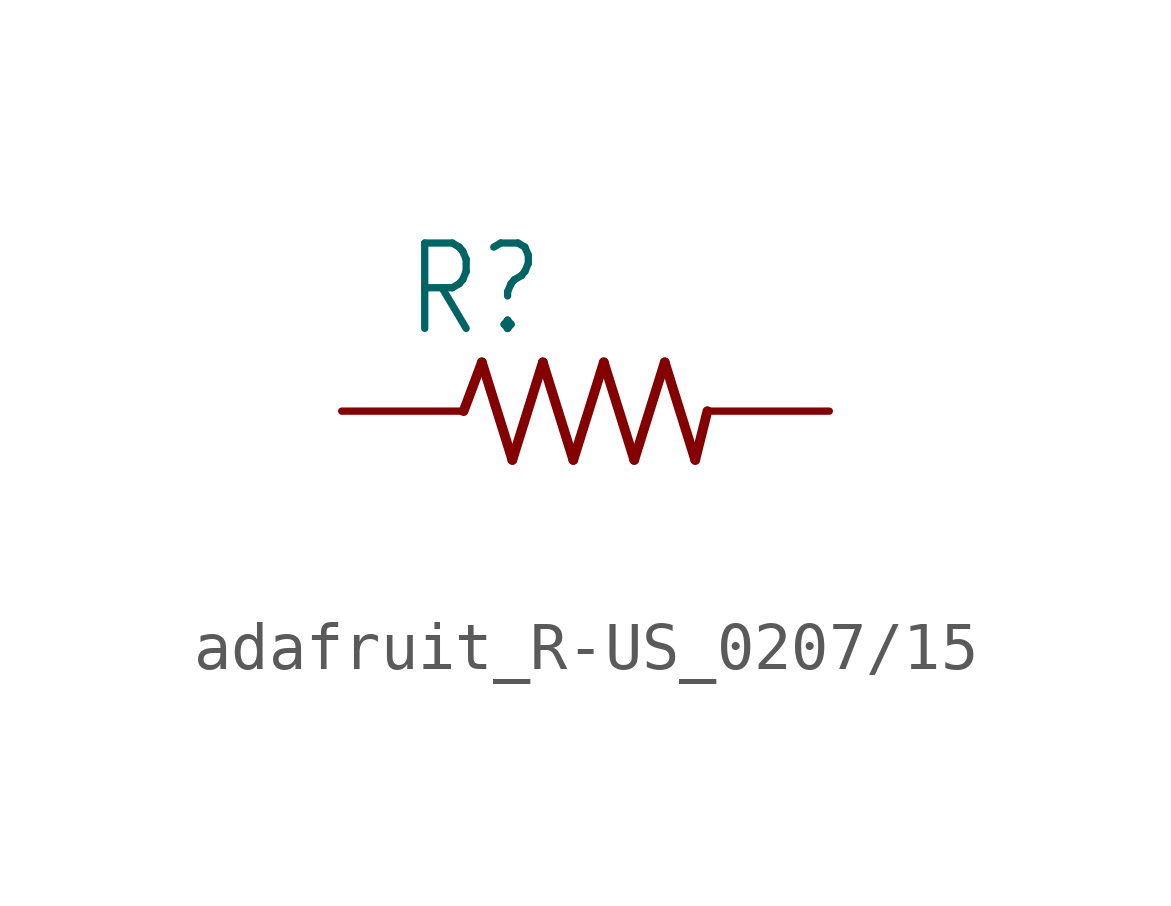
<source format=kicad_sym>
(kicad_symbol_lib
  (version 20220914)
  (generator kicad_symbol_editor)
  (symbol "adafruit_R-US_0207/15"
    (property "Reference" "R"
      (at -3.81 1.499 0)
      (effects (font (size 1.778 1.511)) (justify left bottom)))
    (property "Value" ""
      (at -3.81 -3.302 0)
      (effects (font (size 1.778 1.511)) (justify left bottom)))
    (property "ki_locked" ""
      (at 0 0 0)
      (effects (font (size 1.27 1.27))))
    (symbol "adafruit_R-US_0207/15_1_0"
      (polyline (pts (xy -2.54 0) (xy -2.159 1.016)) (stroke (width 0.203) (type solid)) (fill (type none)))
      (polyline (pts (xy -2.159 1.016) (xy -1.524 -1.016)) (stroke (width 0.203) (type solid)) (fill (type none)))
      (polyline (pts (xy -1.524 -1.016) (xy -0.889 1.016)) (stroke (width 0.203) (type solid)) (fill (type none)))
      (polyline (pts (xy -0.889 1.016) (xy -0.254 -1.016)) (stroke (width 0.203) (type solid)) (fill (type none)))
      (polyline (pts (xy -0.254 -1.016) (xy 0.381 1.016)) (stroke (width 0.203) (type solid)) (fill (type none)))
      (polyline (pts (xy 0.381 1.016) (xy 1.016 -1.016)) (stroke (width 0.203) (type solid)) (fill (type none)))
      (polyline (pts (xy 1.016 -1.016) (xy 1.651 1.016)) (stroke (width 0.203) (type solid)) (fill (type none)))
      (polyline (pts (xy 1.651 1.016) (xy 2.286 -1.016)) (stroke (width 0.203) (type solid)) (fill (type none)))
      (polyline (pts (xy 2.286 -1.016) (xy 2.54 0)) (stroke (width 0.203) (type solid)) (fill (type none)))
      (pin passive line (at -5.08 0 0) (length 2.54) (name "1" (effects (font (size 0 0)))) (number "1" (effects (font (size 0 0)))))
      (pin passive line (at 5.08 0 180) (length 2.54) (name "2" (effects (font (size 0 0)))) (number "2" (effects (font (size 0 0))))))))
</source>
